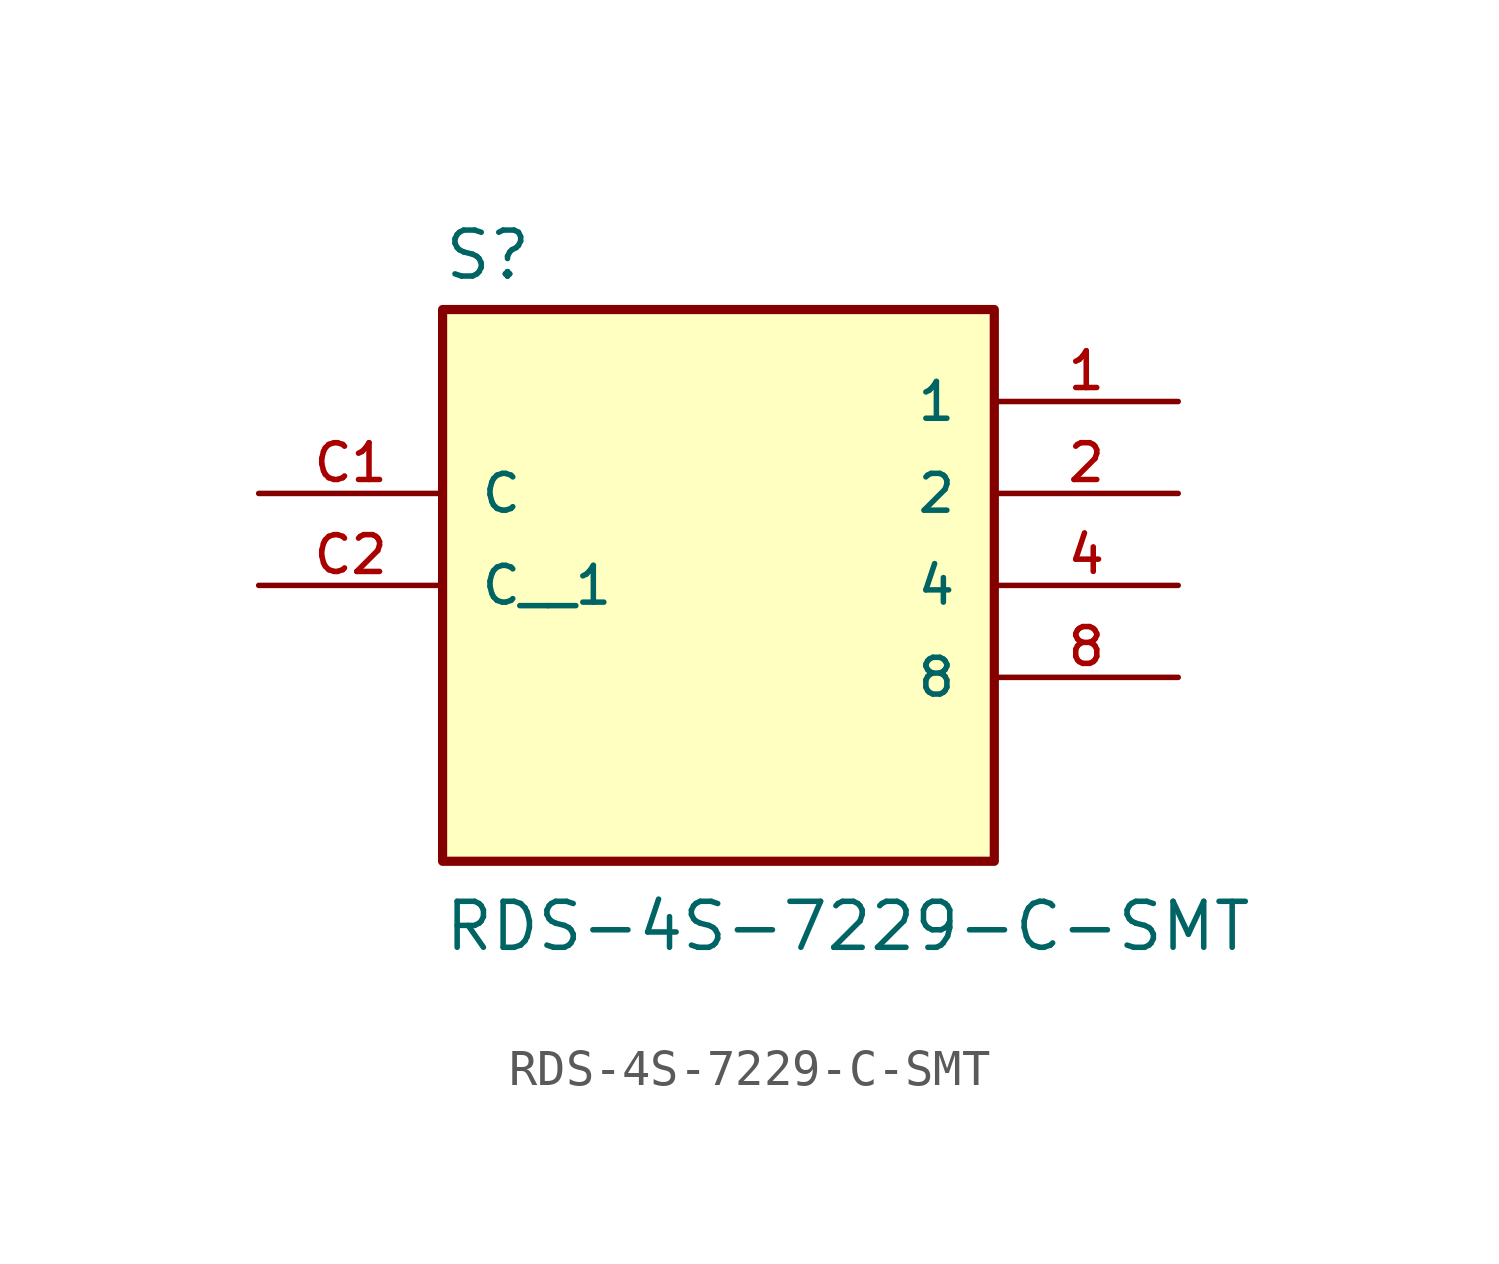
<source format=kicad_sym>
(kicad_symbol_lib
  (version 20211014)
  (generator kicad_symbol_editor)
  (symbol "RDS-4S-7229-C-SMT"
    (pin_names
      (offset 1.016))
    (property "Reference" "S"
      (at -7.62 8.382 0)
      (effects (font (size 1.27 1.27)) (justify bottom left)))
    (property "Value" "RDS-4S-7229-C-SMT"
      (at -7.62 -10.16 0)
      (effects (font (size 1.27 1.27)) (justify bottom left)))
    (symbol "RDS-4S-7229-C-SMT_0_0"
      (rectangle (start -7.62 -7.62) (end 7.62 7.62) (stroke (width 0.254)) (fill (type background)))
      (pin passive line (at 12.7 5.08 180.0) (length 5.08) (name "1" (effects (font (size 1.016 1.016)))) (number "1" (effects (font (size 1.016 1.016)))))
      (pin passive line (at 12.7 2.54 180.0) (length 5.08) (name "2" (effects (font (size 1.016 1.016)))) (number "2" (effects (font (size 1.016 1.016)))))
      (pin passive line (at 12.7 0.0 180.0) (length 5.08) (name "4" (effects (font (size 1.016 1.016)))) (number "4" (effects (font (size 1.016 1.016)))))
      (pin passive line (at 12.7 -2.54 180.0) (length 5.08) (name "8" (effects (font (size 1.016 1.016)))) (number "8" (effects (font (size 1.016 1.016)))))
      (pin passive line (at -12.7 2.54 0) (length 5.08) (name "C" (effects (font (size 1.016 1.016)))) (number "C1" (effects (font (size 1.016 1.016)))))
      (pin passive line (at -12.7 0.0 0) (length 5.08) (name "C__1" (effects (font (size 1.016 1.016)))) (number "C2" (effects (font (size 1.016 1.016))))))))
</source>
